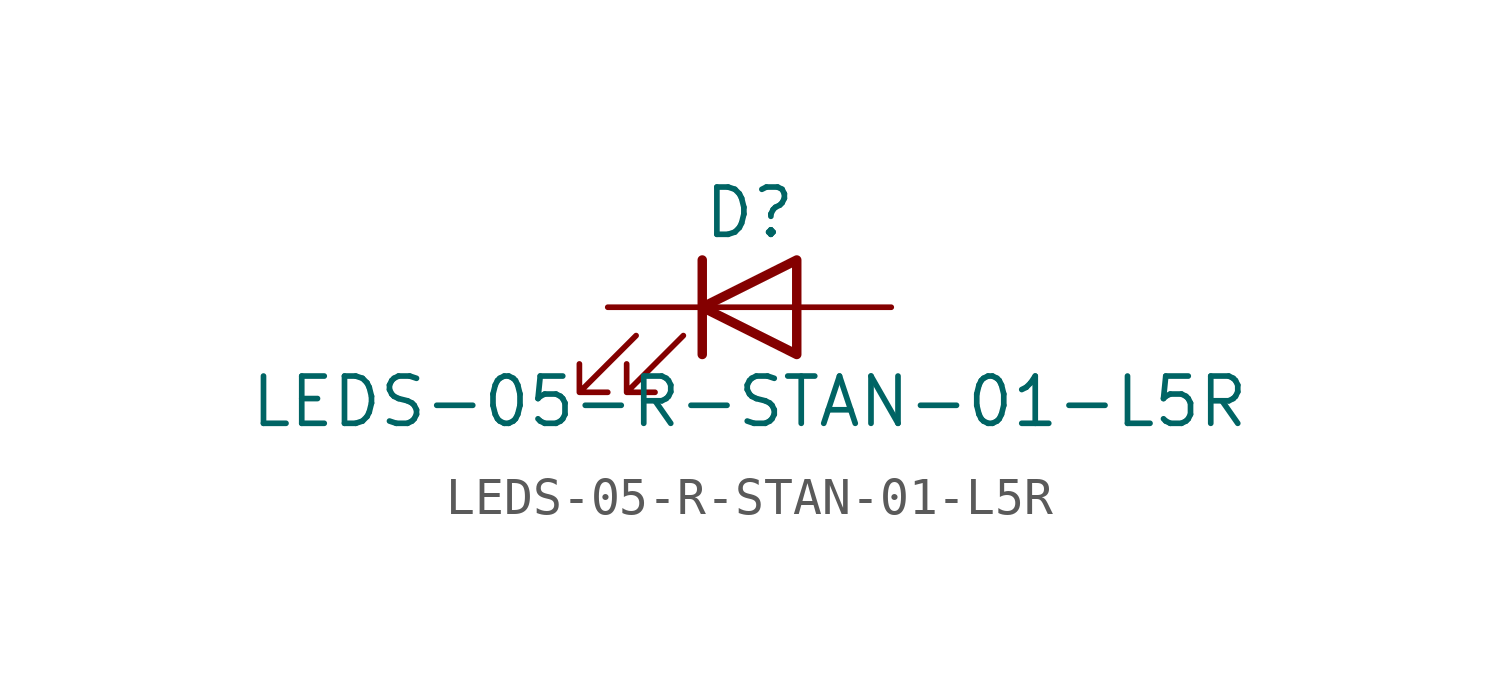
<source format=kicad_sym>
(kicad_symbol_lib
  (version 20211014)
  (generator kicad_symbol_editor)
  (symbol "LEDS-05-R-STAN-01-L5R"
    (pin_numbers hide)
    (pin_names
      (offset 1.016) hide)
    (property "Reference" "D"
      (at 0 2.54 0)
      (effects (font (size 1.27 1.27))))
    (property "Value" "LEDS-05-R-STAN-01-L5R"
      (at 0 -2.54 0)
      (effects (font (size 1.27 1.27))))
    (symbol "LEDS-05-R-STAN-01-L5R_0_1"
      (polyline (pts (xy -1.27 -1.27) (xy -1.27 1.27)) (stroke (width 0.254) (type default) (color 0 0 0 0)) (fill (type none)))
      (polyline (pts (xy -1.27 0) (xy 1.27 0)) (stroke (width 0) (type default) (color 0 0 0 0)) (fill (type none)))
      (polyline (pts (xy 1.27 -1.27) (xy 1.27 1.27) (xy -1.27 0) (xy 1.27 -1.27)) (stroke (width 0.254) (type default) (color 0 0 0 0)) (fill (type none)))
      (polyline (pts (xy -3.048 -0.762) (xy -4.572 -2.286) (xy -3.81 -2.286) (xy -4.572 -2.286) (xy -4.572 -1.524)) (stroke (width 0) (type default) (color 0 0 0 0)) (fill (type none)))
      (polyline (pts (xy -1.778 -0.762) (xy -3.302 -2.286) (xy -2.54 -2.286) (xy -3.302 -2.286) (xy -3.302 -1.524)) (stroke (width 0) (type default) (color 0 0 0 0)) (fill (type none))))
    (symbol "LEDS-05-R-STAN-01-L5R_1_1"
      (pin passive line (at -3.81 0 0) (length 2.54) (name "K" (effects (font (size 1.27 1.27)))) (number "1" (effects (font (size 1.27 1.27)))))
      (pin passive line (at 3.81 0 180) (length 2.54) (name "A" (effects (font (size 1.27 1.27)))) (number "2" (effects (font (size 1.27 1.27))))))))
</source>
